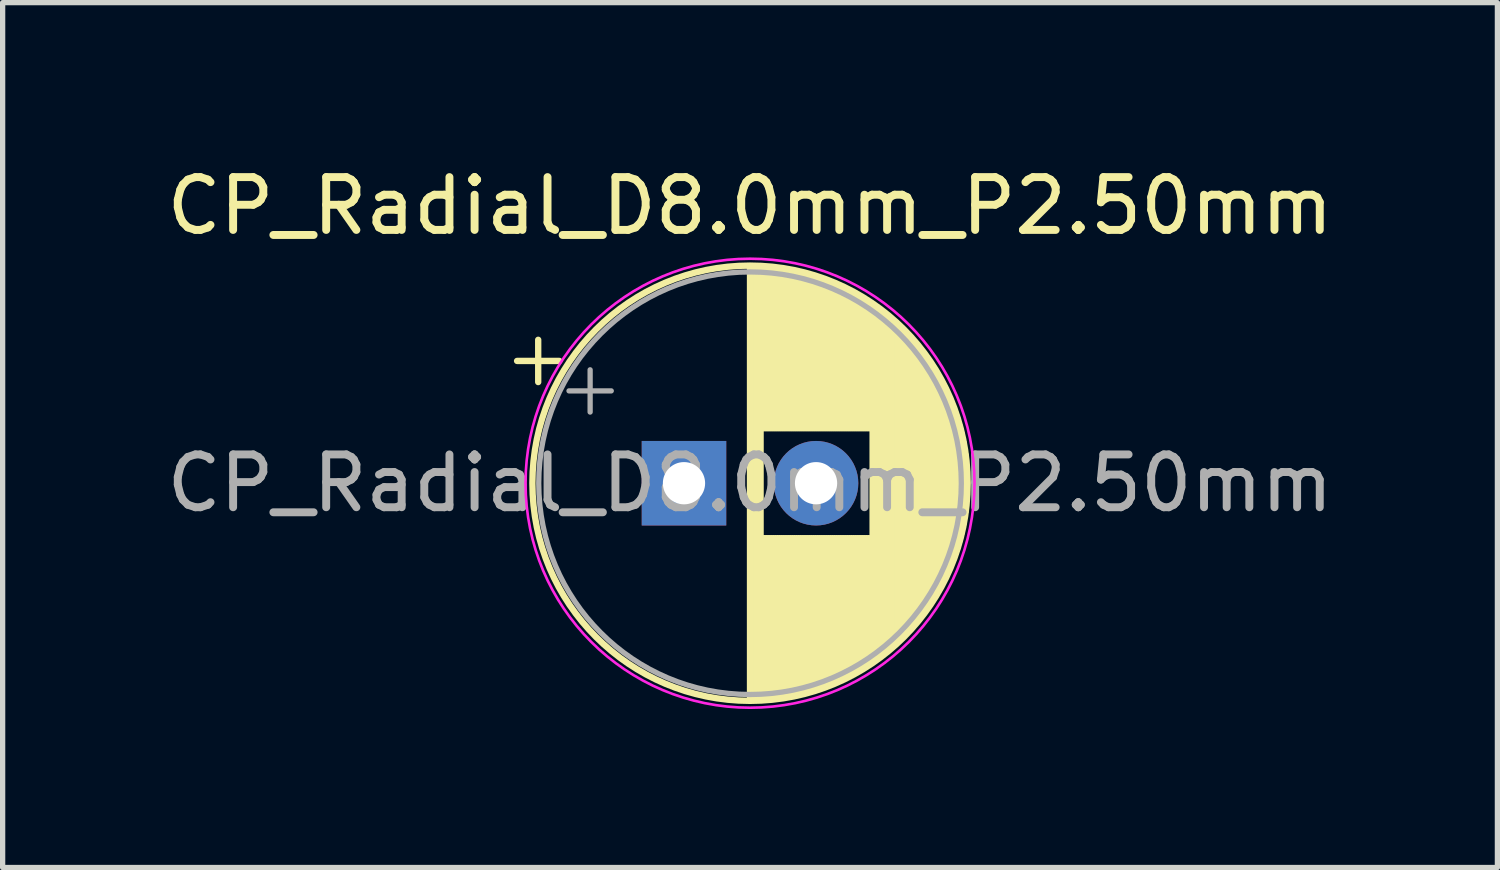
<source format=kicad_pcb>
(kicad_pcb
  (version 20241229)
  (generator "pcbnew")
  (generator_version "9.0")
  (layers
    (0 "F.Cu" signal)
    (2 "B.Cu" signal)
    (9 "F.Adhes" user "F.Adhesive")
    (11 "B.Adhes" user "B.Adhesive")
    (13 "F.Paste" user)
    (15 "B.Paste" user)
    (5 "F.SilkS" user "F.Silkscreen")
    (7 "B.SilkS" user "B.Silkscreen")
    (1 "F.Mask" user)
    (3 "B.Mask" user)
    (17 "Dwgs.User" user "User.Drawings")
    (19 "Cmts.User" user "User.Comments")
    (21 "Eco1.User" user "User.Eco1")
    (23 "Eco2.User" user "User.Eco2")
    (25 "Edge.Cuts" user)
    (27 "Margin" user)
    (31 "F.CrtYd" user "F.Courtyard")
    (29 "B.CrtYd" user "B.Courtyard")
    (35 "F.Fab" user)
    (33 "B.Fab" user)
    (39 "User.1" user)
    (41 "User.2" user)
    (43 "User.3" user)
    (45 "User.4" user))
  (footprint "CP_Radial_D8.0mm_P2.50mm"
    (layer "F.Cu")
    (at 9.899 6.098)
    (property "Reference" "CP_Radial_D8.0mm_P2.50mm" (at 1.25 -5.25 0) (layer "F.SilkS") (effects (font (size 1 1) (thickness 0.15))))
    (attr through_hole)
    (fp_line (start -3.16 -2.315) (end -2.36 -2.315) (stroke (width 0.12) (type solid)) (layer "F.SilkS"))
    (fp_line (start -2.76 -2.715) (end -2.76 -1.915) (stroke (width 0.12) (type solid)) (layer "F.SilkS"))
    (fp_line (start 1.25 -4.08) (end 1.25 4.08) (stroke (width 0.12) (type solid)) (layer "F.SilkS"))
    (fp_line (start 1.29 -4.08) (end 1.29 4.08) (stroke (width 0.12) (type solid)) (layer "F.SilkS"))
    (fp_line (start 1.33 -4.08) (end 1.33 4.08) (stroke (width 0.12) (type solid)) (layer "F.SilkS"))
    (fp_line (start 1.37 -4.079) (end 1.37 4.079) (stroke (width 0.12) (type solid)) (layer "F.SilkS"))
    (fp_line (start 1.41 -4.077) (end 1.41 4.077) (stroke (width 0.12) (type solid)) (layer "F.SilkS"))
    (fp_line (start 1.45 -4.076) (end 1.45 4.076) (stroke (width 0.12) (type solid)) (layer "F.SilkS"))
    (fp_line (start 1.49 -4.074) (end 1.49 -1.04) (stroke (width 0.12) (type solid)) (layer "F.SilkS"))
    (fp_line (start 1.49 1.04) (end 1.49 4.074) (stroke (width 0.12) (type solid)) (layer "F.SilkS"))
    (fp_line (start 1.53 -4.071) (end 1.53 -1.04) (stroke (width 0.12) (type solid)) (layer "F.SilkS"))
    (fp_line (start 1.53 1.04) (end 1.53 4.071) (stroke (width 0.12) (type solid)) (layer "F.SilkS"))
    (fp_line (start 1.57 -4.068) (end 1.57 -1.04) (stroke (width 0.12) (type solid)) (layer "F.SilkS"))
    (fp_line (start 1.57 1.04) (end 1.57 4.068) (stroke (width 0.12) (type solid)) (layer "F.SilkS"))
    (fp_line (start 1.61 -4.065) (end 1.61 -1.04) (stroke (width 0.12) (type solid)) (layer "F.SilkS"))
    (fp_line (start 1.61 1.04) (end 1.61 4.065) (stroke (width 0.12) (type solid)) (layer "F.SilkS"))
    (fp_line (start 1.65 -4.061) (end 1.65 -1.04) (stroke (width 0.12) (type solid)) (layer "F.SilkS"))
    (fp_line (start 1.65 1.04) (end 1.65 4.061) (stroke (width 0.12) (type solid)) (layer "F.SilkS"))
    (fp_line (start 1.69 -4.057) (end 1.69 -1.04) (stroke (width 0.12) (type solid)) (layer "F.SilkS"))
    (fp_line (start 1.69 1.04) (end 1.69 4.057) (stroke (width 0.12) (type solid)) (layer "F.SilkS"))
    (fp_line (start 1.73 -4.052) (end 1.73 -1.04) (stroke (width 0.12) (type solid)) (layer "F.SilkS"))
    (fp_line (start 1.73 1.04) (end 1.73 4.052) (stroke (width 0.12) (type solid)) (layer "F.SilkS"))
    (fp_line (start 1.77 -4.048) (end 1.77 -1.04) (stroke (width 0.12) (type solid)) (layer "F.SilkS"))
    (fp_line (start 1.77 1.04) (end 1.77 4.048) (stroke (width 0.12) (type solid)) (layer "F.SilkS"))
    (fp_line (start 1.81 -4.042) (end 1.81 -1.04) (stroke (width 0.12) (type solid)) (layer "F.SilkS"))
    (fp_line (start 1.81 1.04) (end 1.81 4.042) (stroke (width 0.12) (type solid)) (layer "F.SilkS"))
    (fp_line (start 1.85 -4.037) (end 1.85 -1.04) (stroke (width 0.12) (type solid)) (layer "F.SilkS"))
    (fp_line (start 1.85 1.04) (end 1.85 4.037) (stroke (width 0.12) (type solid)) (layer "F.SilkS"))
    (fp_line (start 1.89 -4.03) (end 1.89 -1.04) (stroke (width 0.12) (type solid)) (layer "F.SilkS"))
    (fp_line (start 1.89 1.04) (end 1.89 4.03) (stroke (width 0.12) (type solid)) (layer "F.SilkS"))
    (fp_line (start 1.93 -4.024) (end 1.93 -1.04) (stroke (width 0.12) (type solid)) (layer "F.SilkS"))
    (fp_line (start 1.93 1.04) (end 1.93 4.024) (stroke (width 0.12) (type solid)) (layer "F.SilkS"))
    (fp_line (start 1.971 -4.017) (end 1.971 -1.04) (stroke (width 0.12) (type solid)) (layer "F.SilkS"))
    (fp_line (start 1.971 1.04) (end 1.971 4.017) (stroke (width 0.12) (type solid)) (layer "F.SilkS"))
    (fp_line (start 2.011 -4.01) (end 2.011 -1.04) (stroke (width 0.12) (type solid)) (layer "F.SilkS"))
    (fp_line (start 2.011 1.04) (end 2.011 4.01) (stroke (width 0.12) (type solid)) (layer "F.SilkS"))
    (fp_line (start 2.051 -4.002) (end 2.051 -1.04) (stroke (width 0.12) (type solid)) (layer "F.SilkS"))
    (fp_line (start 2.051 1.04) (end 2.051 4.002) (stroke (width 0.12) (type solid)) (layer "F.SilkS"))
    (fp_line (start 2.091 -3.994) (end 2.091 -1.04) (stroke (width 0.12) (type solid)) (layer "F.SilkS"))
    (fp_line (start 2.091 1.04) (end 2.091 3.994) (stroke (width 0.12) (type solid)) (layer "F.SilkS"))
    (fp_line (start 2.131 -3.985) (end 2.131 -1.04) (stroke (width 0.12) (type solid)) (layer "F.SilkS"))
    (fp_line (start 2.131 1.04) (end 2.131 3.985) (stroke (width 0.12) (type solid)) (layer "F.SilkS"))
    (fp_line (start 2.171 -3.976) (end 2.171 -1.04) (stroke (width 0.12) (type solid)) (layer "F.SilkS"))
    (fp_line (start 2.171 1.04) (end 2.171 3.976) (stroke (width 0.12) (type solid)) (layer "F.SilkS"))
    (fp_line (start 2.211 -3.967) (end 2.211 -1.04) (stroke (width 0.12) (type solid)) (layer "F.SilkS"))
    (fp_line (start 2.211 1.04) (end 2.211 3.967) (stroke (width 0.12) (type solid)) (layer "F.SilkS"))
    (fp_line (start 2.251 -3.957) (end 2.251 -1.04) (stroke (width 0.12) (type solid)) (layer "F.SilkS"))
    (fp_line (start 2.251 1.04) (end 2.251 3.957) (stroke (width 0.12) (type solid)) (layer "F.SilkS"))
    (fp_line (start 2.291 -3.947) (end 2.291 -1.04) (stroke (width 0.12) (type solid)) (layer "F.SilkS"))
    (fp_line (start 2.291 1.04) (end 2.291 3.947) (stroke (width 0.12) (type solid)) (layer "F.SilkS"))
    (fp_line (start 2.331 -3.936) (end 2.331 -1.04) (stroke (width 0.12) (type solid)) (layer "F.SilkS"))
    (fp_line (start 2.331 1.04) (end 2.331 3.936) (stroke (width 0.12) (type solid)) (layer "F.SilkS"))
    (fp_line (start 2.371 -3.925) (end 2.371 -1.04) (stroke (width 0.12) (type solid)) (layer "F.SilkS"))
    (fp_line (start 2.371 1.04) (end 2.371 3.925) (stroke (width 0.12) (type solid)) (layer "F.SilkS"))
    (fp_line (start 2.411 -3.914) (end 2.411 -1.04) (stroke (width 0.12) (type solid)) (layer "F.SilkS"))
    (fp_line (start 2.411 1.04) (end 2.411 3.914) (stroke (width 0.12) (type solid)) (layer "F.SilkS"))
    (fp_line (start 2.451 -3.902) (end 2.451 -1.04) (stroke (width 0.12) (type solid)) (layer "F.SilkS"))
    (fp_line (start 2.451 1.04) (end 2.451 3.902) (stroke (width 0.12) (type solid)) (layer "F.SilkS"))
    (fp_line (start 2.491 -3.889) (end 2.491 -1.04) (stroke (width 0.12) (type solid)) (layer "F.SilkS"))
    (fp_line (start 2.491 1.04) (end 2.491 3.889) (stroke (width 0.12) (type solid)) (layer "F.SilkS"))
    (fp_line (start 2.531 -3.877) (end 2.531 -1.04) (stroke (width 0.12) (type solid)) (layer "F.SilkS"))
    (fp_line (start 2.531 1.04) (end 2.531 3.877) (stroke (width 0.12) (type solid)) (layer "F.SilkS"))
    (fp_line (start 2.571 -3.863) (end 2.571 -1.04) (stroke (width 0.12) (type solid)) (layer "F.SilkS"))
    (fp_line (start 2.571 1.04) (end 2.571 3.863) (stroke (width 0.12) (type solid)) (layer "F.SilkS"))
    (fp_line (start 2.611 -3.85) (end 2.611 -1.04) (stroke (width 0.12) (type solid)) (layer "F.SilkS"))
    (fp_line (start 2.611 1.04) (end 2.611 3.85) (stroke (width 0.12) (type solid)) (layer "F.SilkS"))
    (fp_line (start 2.651 -3.835) (end 2.651 -1.04) (stroke (width 0.12) (type solid)) (layer "F.SilkS"))
    (fp_line (start 2.651 1.04) (end 2.651 3.835) (stroke (width 0.12) (type solid)) (layer "F.SilkS"))
    (fp_line (start 2.691 -3.821) (end 2.691 -1.04) (stroke (width 0.12) (type solid)) (layer "F.SilkS"))
    (fp_line (start 2.691 1.04) (end 2.691 3.821) (stroke (width 0.12) (type solid)) (layer "F.SilkS"))
    (fp_line (start 2.731 -3.805) (end 2.731 -1.04) (stroke (width 0.12) (type solid)) (layer "F.SilkS"))
    (fp_line (start 2.731 1.04) (end 2.731 3.805) (stroke (width 0.12) (type solid)) (layer "F.SilkS"))
    (fp_line (start 2.771 -3.79) (end 2.771 -1.04) (stroke (width 0.12) (type solid)) (layer "F.SilkS"))
    (fp_line (start 2.771 1.04) (end 2.771 3.79) (stroke (width 0.12) (type solid)) (layer "F.SilkS"))
    (fp_line (start 2.811 -3.774) (end 2.811 -1.04) (stroke (width 0.12) (type solid)) (layer "F.SilkS"))
    (fp_line (start 2.811 1.04) (end 2.811 3.774) (stroke (width 0.12) (type solid)) (layer "F.SilkS"))
    (fp_line (start 2.851 -3.757) (end 2.851 -1.04) (stroke (width 0.12) (type solid)) (layer "F.SilkS"))
    (fp_line (start 2.851 1.04) (end 2.851 3.757) (stroke (width 0.12) (type solid)) (layer "F.SilkS"))
    (fp_line (start 2.891 -3.74) (end 2.891 -1.04) (stroke (width 0.12) (type solid)) (layer "F.SilkS"))
    (fp_line (start 2.891 1.04) (end 2.891 3.74) (stroke (width 0.12) (type solid)) (layer "F.SilkS"))
    (fp_line (start 2.931 -3.722) (end 2.931 -1.04) (stroke (width 0.12) (type solid)) (layer "F.SilkS"))
    (fp_line (start 2.931 1.04) (end 2.931 3.722) (stroke (width 0.12) (type solid)) (layer "F.SilkS"))
    (fp_line (start 2.971 -3.704) (end 2.971 -1.04) (stroke (width 0.12) (type solid)) (layer "F.SilkS"))
    (fp_line (start 2.971 1.04) (end 2.971 3.704) (stroke (width 0.12) (type solid)) (layer "F.SilkS"))
    (fp_line (start 3.011 -3.686) (end 3.011 -1.04) (stroke (width 0.12) (type solid)) (layer "F.SilkS"))
    (fp_line (start 3.011 1.04) (end 3.011 3.686) (stroke (width 0.12) (type solid)) (layer "F.SilkS"))
    (fp_line (start 3.051 -3.666) (end 3.051 -1.04) (stroke (width 0.12) (type solid)) (layer "F.SilkS"))
    (fp_line (start 3.051 1.04) (end 3.051 3.666) (stroke (width 0.12) (type solid)) (layer "F.SilkS"))
    (fp_line (start 3.091 -3.647) (end 3.091 -1.04) (stroke (width 0.12) (type solid)) (layer "F.SilkS"))
    (fp_line (start 3.091 1.04) (end 3.091 3.647) (stroke (width 0.12) (type solid)) (layer "F.SilkS"))
    (fp_line (start 3.131 -3.627) (end 3.131 -1.04) (stroke (width 0.12) (type solid)) (layer "F.SilkS"))
    (fp_line (start 3.131 1.04) (end 3.131 3.627) (stroke (width 0.12) (type solid)) (layer "F.SilkS"))
    (fp_line (start 3.171 -3.606) (end 3.171 -1.04) (stroke (width 0.12) (type solid)) (layer "F.SilkS"))
    (fp_line (start 3.171 1.04) (end 3.171 3.606) (stroke (width 0.12) (type solid)) (layer "F.SilkS"))
    (fp_line (start 3.211 -3.584) (end 3.211 -1.04) (stroke (width 0.12) (type solid)) (layer "F.SilkS"))
    (fp_line (start 3.211 1.04) (end 3.211 3.584) (stroke (width 0.12) (type solid)) (layer "F.SilkS"))
    (fp_line (start 3.251 -3.562) (end 3.251 -1.04) (stroke (width 0.12) (type solid)) (layer "F.SilkS"))
    (fp_line (start 3.251 1.04) (end 3.251 3.562) (stroke (width 0.12) (type solid)) (layer "F.SilkS"))
    (fp_line (start 3.291 -3.54) (end 3.291 -1.04) (stroke (width 0.12) (type solid)) (layer "F.SilkS"))
    (fp_line (start 3.291 1.04) (end 3.291 3.54) (stroke (width 0.12) (type solid)) (layer "F.SilkS"))
    (fp_line (start 3.331 -3.517) (end 3.331 -1.04) (stroke (width 0.12) (type solid)) (layer "F.SilkS"))
    (fp_line (start 3.331 1.04) (end 3.331 3.517) (stroke (width 0.12) (type solid)) (layer "F.SilkS"))
    (fp_line (start 3.371 -3.493) (end 3.371 -1.04) (stroke (width 0.12) (type solid)) (layer "F.SilkS"))
    (fp_line (start 3.371 1.04) (end 3.371 3.493) (stroke (width 0.12) (type solid)) (layer "F.SilkS"))
    (fp_line (start 3.411 -3.469) (end 3.411 -1.04) (stroke (width 0.12) (type solid)) (layer "F.SilkS"))
    (fp_line (start 3.411 1.04) (end 3.411 3.469) (stroke (width 0.12) (type solid)) (layer "F.SilkS"))
    (fp_line (start 3.451 -3.444) (end 3.451 -1.04) (stroke (width 0.12) (type solid)) (layer "F.SilkS"))
    (fp_line (start 3.451 1.04) (end 3.451 3.444) (stroke (width 0.12) (type solid)) (layer "F.SilkS"))
    (fp_line (start 3.491 -3.418) (end 3.491 -1.04) (stroke (width 0.12) (type solid)) (layer "F.SilkS"))
    (fp_line (start 3.491 1.04) (end 3.491 3.418) (stroke (width 0.12) (type solid)) (layer "F.SilkS"))
    (fp_line (start 3.531 -3.392) (end 3.531 -1.04) (stroke (width 0.12) (type solid)) (layer "F.SilkS"))
    (fp_line (start 3.531 1.04) (end 3.531 3.392) (stroke (width 0.12) (type solid)) (layer "F.SilkS"))
    (fp_line (start 3.571 -3.365) (end 3.571 3.365) (stroke (width 0.12) (type solid)) (layer "F.SilkS"))
    (fp_line (start 3.611 -3.338) (end 3.611 3.338) (stroke (width 0.12) (type solid)) (layer "F.SilkS"))
    (fp_line (start 3.651 -3.309) (end 3.651 3.309) (stroke (width 0.12) (type solid)) (layer "F.SilkS"))
    (fp_line (start 3.691 -3.28) (end 3.691 3.28) (stroke (width 0.12) (type solid)) (layer "F.SilkS"))
    (fp_line (start 3.731 -3.25) (end 3.731 3.25) (stroke (width 0.12) (type solid)) (layer "F.SilkS"))
    (fp_line (start 3.771 -3.22) (end 3.771 3.22) (stroke (width 0.12) (type solid)) (layer "F.SilkS"))
    (fp_line (start 3.811 -3.189) (end 3.811 3.189) (stroke (width 0.12) (type solid)) (layer "F.SilkS"))
    (fp_line (start 3.851 -3.156) (end 3.851 3.156) (stroke (width 0.12) (type solid)) (layer "F.SilkS"))
    (fp_line (start 3.891 -3.124) (end 3.891 3.124) (stroke (width 0.12) (type solid)) (layer "F.SilkS"))
    (fp_line (start 3.931 -3.09) (end 3.931 3.09) (stroke (width 0.12) (type solid)) (layer "F.SilkS"))
    (fp_line (start 3.971 -3.055) (end 3.971 3.055) (stroke (width 0.12) (type solid)) (layer "F.SilkS"))
    (fp_line (start 4.011 -3.019) (end 4.011 3.019) (stroke (width 0.12) (type solid)) (layer "F.SilkS"))
    (fp_line (start 4.051 -2.983) (end 4.051 2.983) (stroke (width 0.12) (type solid)) (layer "F.SilkS"))
    (fp_line (start 4.091 -2.945) (end 4.091 2.945) (stroke (width 0.12) (type solid)) (layer "F.SilkS"))
    (fp_line (start 4.131 -2.907) (end 4.131 2.907) (stroke (width 0.12) (type solid)) (layer "F.SilkS"))
    (fp_line (start 4.171 -2.867) (end 4.171 2.867) (stroke (width 0.12) (type solid)) (layer "F.SilkS"))
    (fp_line (start 4.211 -2.826) (end 4.211 2.826) (stroke (width 0.12) (type solid)) (layer "F.SilkS"))
    (fp_line (start 4.251 -2.784) (end 4.251 2.784) (stroke (width 0.12) (type solid)) (layer "F.SilkS"))
    (fp_line (start 4.291 -2.741) (end 4.291 2.741) (stroke (width 0.12) (type solid)) (layer "F.SilkS"))
    (fp_line (start 4.331 -2.697) (end 4.331 2.697) (stroke (width 0.12) (type solid)) (layer "F.SilkS"))
    (fp_line (start 4.371 -2.651) (end 4.371 2.651) (stroke (width 0.12) (type solid)) (layer "F.SilkS"))
    (fp_line (start 4.411 -2.604) (end 4.411 2.604) (stroke (width 0.12) (type solid)) (layer "F.SilkS"))
    (fp_line (start 4.451 -2.556) (end 4.451 2.556) (stroke (width 0.12) (type solid)) (layer "F.SilkS"))
    (fp_line (start 4.491 -2.505) (end 4.491 2.505) (stroke (width 0.12) (type solid)) (layer "F.SilkS"))
    (fp_line (start 4.531 -2.454) (end 4.531 2.454) (stroke (width 0.12) (type solid)) (layer "F.SilkS"))
    (fp_line (start 4.571 -2.4) (end 4.571 2.4) (stroke (width 0.12) (type solid)) (layer "F.SilkS"))
    (fp_line (start 4.611 -2.345) (end 4.611 2.345) (stroke (width 0.12) (type solid)) (layer "F.SilkS"))
    (fp_line (start 4.651 -2.287) (end 4.651 2.287) (stroke (width 0.12) (type solid)) (layer "F.SilkS"))
    (fp_line (start 4.691 -2.228) (end 4.691 2.228) (stroke (width 0.12) (type solid)) (layer "F.SilkS"))
    (fp_line (start 4.731 -2.166) (end 4.731 2.166) (stroke (width 0.12) (type solid)) (layer "F.SilkS"))
    (fp_line (start 4.771 -2.102) (end 4.771 2.102) (stroke (width 0.12) (type solid)) (layer "F.SilkS"))
    (fp_line (start 4.811 -2.034) (end 4.811 2.034) (stroke (width 0.12) (type solid)) (layer "F.SilkS"))
    (fp_line (start 4.851 -1.964) (end 4.851 1.964) (stroke (width 0.12) (type solid)) (layer "F.SilkS"))
    (fp_line (start 4.891 -1.89) (end 4.891 1.89) (stroke (width 0.12) (type solid)) (layer "F.SilkS"))
    (fp_line (start 4.931 -1.813) (end 4.931 1.813) (stroke (width 0.12) (type solid)) (layer "F.SilkS"))
    (fp_line (start 4.971 -1.731) (end 4.971 1.731) (stroke (width 0.12) (type solid)) (layer "F.SilkS"))
    (fp_line (start 5.011 -1.645) (end 5.011 1.645) (stroke (width 0.12) (type solid)) (layer "F.SilkS"))
    (fp_line (start 5.051 -1.552) (end 5.051 1.552) (stroke (width 0.12) (type solid)) (layer "F.SilkS"))
    (fp_line (start 5.091 -1.453) (end 5.091 1.453) (stroke (width 0.12) (type solid)) (layer "F.SilkS"))
    (fp_line (start 5.131 -1.346) (end 5.131 1.346) (stroke (width 0.12) (type solid)) (layer "F.SilkS"))
    (fp_line (start 5.171 -1.229) (end 5.171 1.229) (stroke (width 0.12) (type solid)) (layer "F.SilkS"))
    (fp_line (start 5.211 -1.098) (end 5.211 1.098) (stroke (width 0.12) (type solid)) (layer "F.SilkS"))
    (fp_line (start 5.251 -0.948) (end 5.251 0.948) (stroke (width 0.12) (type solid)) (layer "F.SilkS"))
    (fp_line (start 5.291 -0.768) (end 5.291 0.768) (stroke (width 0.12) (type solid)) (layer "F.SilkS"))
    (fp_line (start 5.331 -0.533) (end 5.331 0.533) (stroke (width 0.12) (type solid)) (layer "F.SilkS"))
    (fp_circle (center 1.25 0) (end 5.37 0) (stroke (width 0.12) (type solid)) (fill no) (layer "F.SilkS"))
    (fp_circle (center 1.25 0) (end 5.5 0) (stroke (width 0.05) (type solid)) (fill no) (layer "F.CrtYd"))
    (fp_line (start -2.177 -1.748) (end -1.377 -1.748) (stroke (width 0.1) (type solid)) (layer "F.Fab"))
    (fp_line (start -1.777 -2.147) (end -1.777 -1.347) (stroke (width 0.1) (type solid)) (layer "F.Fab"))
    (fp_circle (center 1.25 0) (end 5.25 0) (stroke (width 0.1) (type solid)) (fill no) (layer "F.Fab"))
    (fp_text user "${REFERENCE}" (at 1.25 0 0) (layer "F.Fab") (effects (font (size 1 1) (thickness 0.15))))
    (pad "1" thru_hole rect (at 0 0) (size 1.6 1.6) (drill 0.8) (layers "*.Cu" "*.Mask"))
    (pad "2" thru_hole circle (at 2.5 0) (size 1.6 1.6) (drill 0.8) (layers "*.Cu" "*.Mask")))
  (gr_rect
    (start -3 -3)
    (end 25.298 13.373)
    (stroke (width 0.1) (type default))
    (fill no)
    (layer "Edge.Cuts")))
</source>
